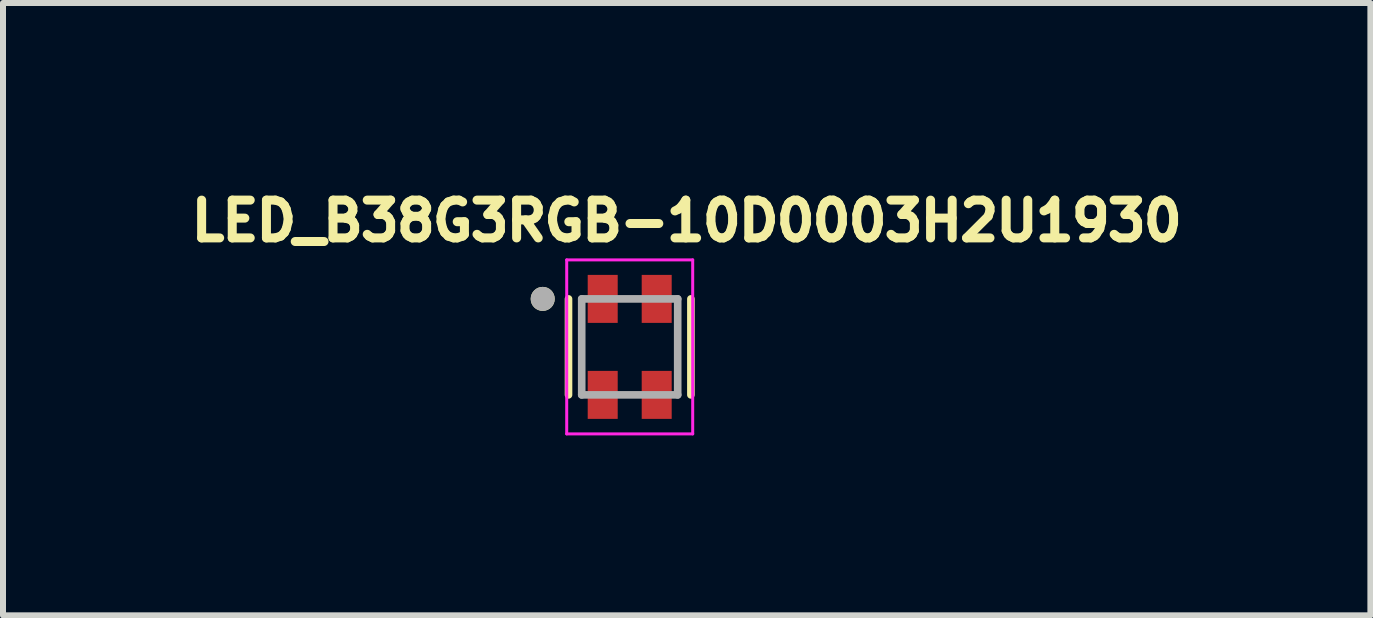
<source format=kicad_pcb>
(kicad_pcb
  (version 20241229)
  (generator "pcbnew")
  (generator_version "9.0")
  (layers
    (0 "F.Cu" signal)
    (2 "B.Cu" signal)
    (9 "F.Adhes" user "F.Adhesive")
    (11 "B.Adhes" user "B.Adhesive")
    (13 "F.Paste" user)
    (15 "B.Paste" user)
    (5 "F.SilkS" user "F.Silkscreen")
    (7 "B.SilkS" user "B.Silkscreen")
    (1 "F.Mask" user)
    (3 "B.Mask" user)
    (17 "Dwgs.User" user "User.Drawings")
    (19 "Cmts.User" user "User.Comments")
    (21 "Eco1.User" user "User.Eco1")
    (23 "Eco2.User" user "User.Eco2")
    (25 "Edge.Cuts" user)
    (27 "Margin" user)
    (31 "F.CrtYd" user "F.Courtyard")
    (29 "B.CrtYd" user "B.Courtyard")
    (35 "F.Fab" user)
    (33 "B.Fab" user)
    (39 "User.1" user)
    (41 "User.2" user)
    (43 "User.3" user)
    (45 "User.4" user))
  (footprint "LED_B38G3RGB-10D0003H2U1930"
    (layer "F.Cu")
    (at 7.446 2.732)
    (property "Reference" "LED_B38G3RGB-10D0003H2U1930" (at 0.95 -2.1 0) (layer "F.SilkS") (effects (font (size 0.63 0.63) (thickness 0.15))))
    (attr smd)
    (fp_line (start -1.02 0.8) (end -1.02 -0.8) (stroke (width 0.127) (type solid)) (layer "F.SilkS"))
    (fp_line (start 1.02 0.8) (end 1.02 -0.8) (stroke (width 0.127) (type solid)) (layer "F.SilkS"))
    (fp_circle (center -1.45 -0.8) (end -1.35 -0.8) (stroke (width 0.2) (type solid)) (fill no) (layer "F.SilkS"))
    (fp_line (start -1.05 -1.45) (end -1.05 1.45) (stroke (width 0.05) (type solid)) (layer "F.CrtYd"))
    (fp_line (start -1.05 1.45) (end 1.05 1.45) (stroke (width 0.05) (type solid)) (layer "F.CrtYd"))
    (fp_line (start 1.05 -1.45) (end -1.05 -1.45) (stroke (width 0.05) (type solid)) (layer "F.CrtYd"))
    (fp_line (start 1.05 1.45) (end 1.05 -1.45) (stroke (width 0.05) (type solid)) (layer "F.CrtYd"))
    (fp_line (start -0.8 -0.8) (end 0.8 -0.8) (stroke (width 0.127) (type solid)) (layer "F.Fab"))
    (fp_line (start -0.8 0.8) (end -0.8 -0.8) (stroke (width 0.127) (type solid)) (layer "F.Fab"))
    (fp_line (start 0.8 -0.8) (end 0.8 0.8) (stroke (width 0.127) (type solid)) (layer "F.Fab"))
    (fp_line (start 0.8 0.8) (end -0.8 0.8) (stroke (width 0.127) (type solid)) (layer "F.Fab"))
    (fp_circle (center -1.45 -0.8) (end -1.35 -0.8) (stroke (width 0.2) (type solid)) (fill no) (layer "F.Fab"))
    (pad "1" smd rect (at -0.45 -0.8) (size 0.5 0.8) (layers "F.Cu" "F.Mask" "F.Paste"))
    (pad "2" smd rect (at 0.45 -0.8) (size 0.5 0.8) (layers "F.Cu" "F.Mask" "F.Paste"))
    (pad "3" smd rect (at 0.45 0.8) (size 0.5 0.8) (layers "F.Cu" "F.Mask" "F.Paste"))
    (pad "4" smd rect (at -0.45 0.8) (size 0.5 0.8) (layers "F.Cu" "F.Mask" "F.Paste")))
  (gr_rect
    (start -3 -3)
    (end 19.792 7.207)
    (stroke (width 0.1) (type default))
    (fill no)
    (layer "Edge.Cuts")))
</source>
